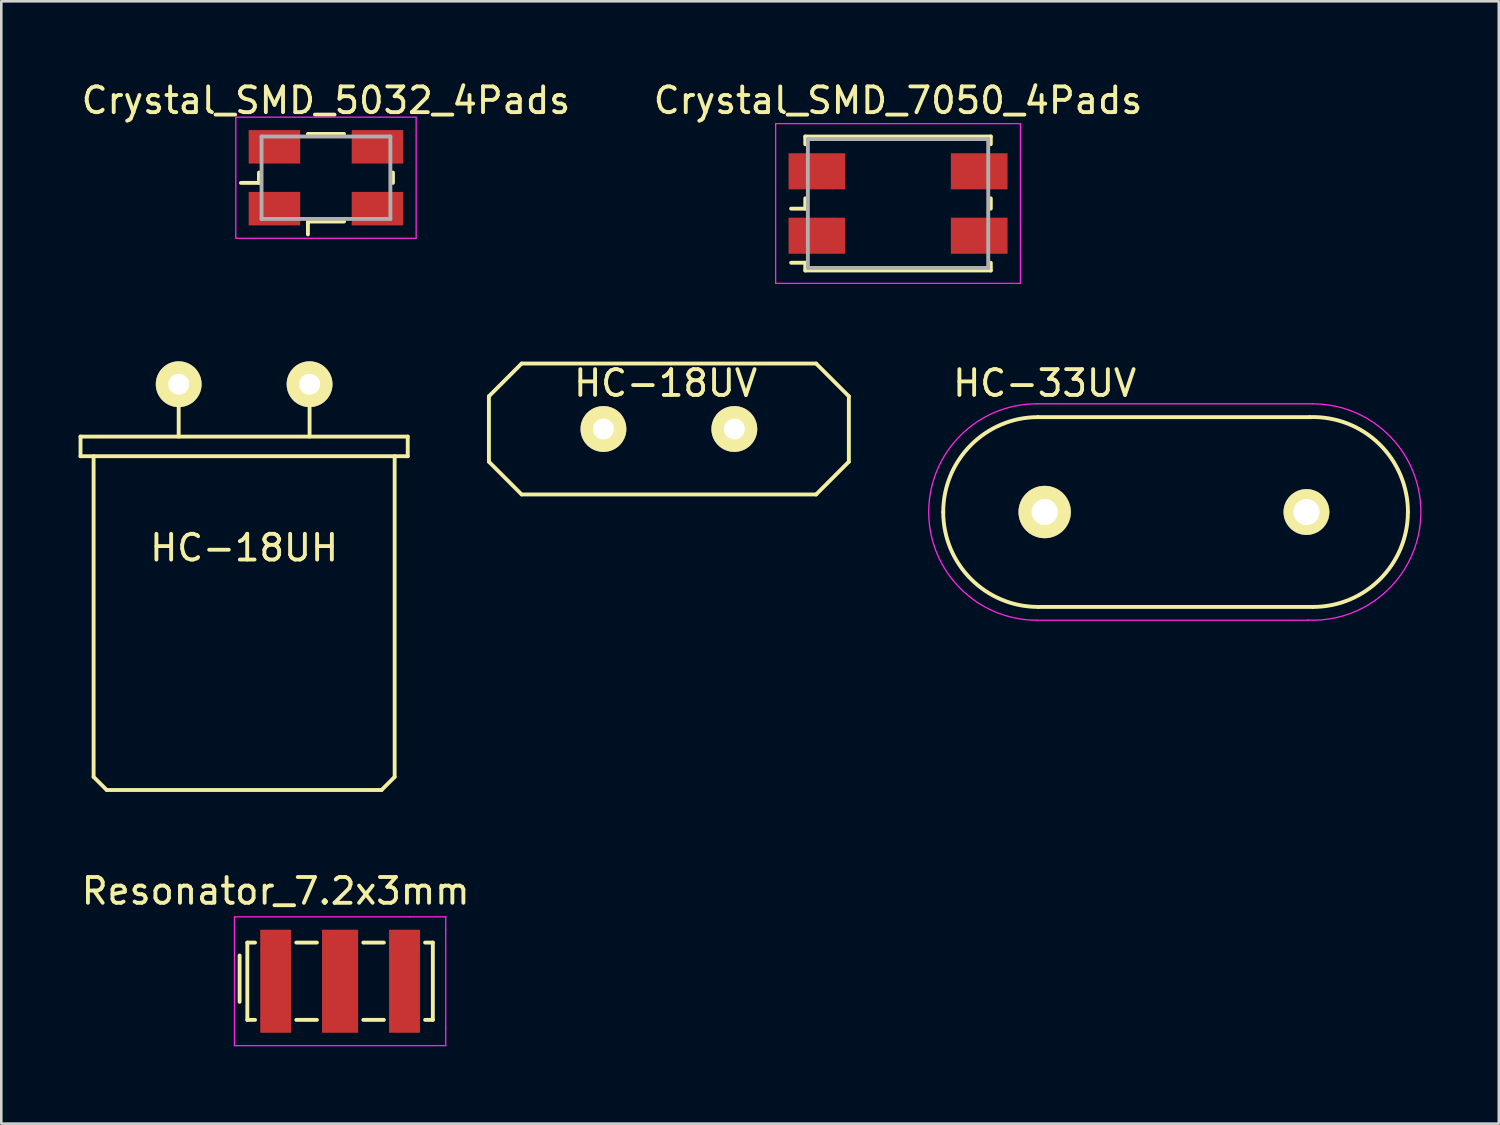
<source format=kicad_pcb>
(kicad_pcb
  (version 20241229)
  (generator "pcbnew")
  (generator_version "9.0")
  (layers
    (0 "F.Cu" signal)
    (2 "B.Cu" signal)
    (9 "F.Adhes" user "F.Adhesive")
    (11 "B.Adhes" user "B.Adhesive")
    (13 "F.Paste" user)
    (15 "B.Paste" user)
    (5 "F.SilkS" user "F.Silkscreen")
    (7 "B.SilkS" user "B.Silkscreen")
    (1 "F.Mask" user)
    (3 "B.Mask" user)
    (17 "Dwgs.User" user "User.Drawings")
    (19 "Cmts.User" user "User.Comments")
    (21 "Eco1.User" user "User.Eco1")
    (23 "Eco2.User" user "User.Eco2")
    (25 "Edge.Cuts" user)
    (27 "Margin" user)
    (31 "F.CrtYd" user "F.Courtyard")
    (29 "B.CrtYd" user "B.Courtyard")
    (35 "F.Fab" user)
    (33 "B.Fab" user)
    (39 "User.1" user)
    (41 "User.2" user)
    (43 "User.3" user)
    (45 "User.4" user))
  (footprint "HC-18UV"
    (layer "F.Cu")
    (at 22.91 13.6)
    (property "Reference" "HC-18UV" (at -0.127 -1.778 0) (layer "F.SilkS") (effects (font (size 1 1) (thickness 0.15))))
    (attr through_hole)
    (fp_line (start -6.985 -1.27) (end -6.985 1.27) (stroke (width 0.15) (type solid)) (layer "F.SilkS"))
    (fp_line (start -6.985 -1.27) (end -5.715 -2.54) (stroke (width 0.15) (type solid)) (layer "F.SilkS"))
    (fp_line (start -6.985 1.27) (end -5.715 2.54) (stroke (width 0.15) (type solid)) (layer "F.SilkS"))
    (fp_line (start -5.715 -2.54) (end 5.715 -2.54) (stroke (width 0.15) (type solid)) (layer "F.SilkS"))
    (fp_line (start -5.715 2.54) (end 5.715 2.54) (stroke (width 0.15) (type solid)) (layer "F.SilkS"))
    (fp_line (start 5.715 -2.54) (end 6.985 -1.27) (stroke (width 0.15) (type solid)) (layer "F.SilkS"))
    (fp_line (start 6.985 1.27) (end 5.715 2.54) (stroke (width 0.15) (type solid)) (layer "F.SilkS"))
    (fp_line (start 6.985 1.27) (end 6.985 -1.27) (stroke (width 0.15) (type solid)) (layer "F.SilkS"))
    (pad "1" thru_hole circle (at -2.54 0) (size 1.778 1.778) (drill 0.813) (layers "*.Cu" "*.Mask" "F.SilkS"))
    (pad "2" thru_hole circle (at 2.54 0) (size 1.778 1.778) (drill 0.813) (layers "*.Cu" "*.Mask" "F.SilkS")))
  (footprint "Crystal_SMD_7050_4Pads"
    (layer "F.Cu")
    (at 31.804 4.848)
    (property "Reference" "Crystal_SMD_7050_4Pads" (at 0 -4 0) (layer "F.SilkS") (effects (font (size 1 1) (thickness 0.15))))
    (attr smd)
    (fp_line (start -3.6 -2.6) (end -3.6 -2.3) (stroke (width 0.15) (type solid)) (layer "F.SilkS"))
    (fp_line (start -3.6 -2.6) (end 3.6 -2.6) (stroke (width 0.15) (type solid)) (layer "F.SilkS"))
    (fp_line (start -3.6 0.2) (end -4.15 0.2) (stroke (width 0.15) (type solid)) (layer "F.SilkS"))
    (fp_line (start -3.6 0.2) (end -3.6 -0.2) (stroke (width 0.15) (type solid)) (layer "F.SilkS"))
    (fp_line (start -3.6 2.3) (end -4.15 2.3) (stroke (width 0.15) (type solid)) (layer "F.SilkS"))
    (fp_line (start -3.6 2.6) (end -3.6 2.3) (stroke (width 0.15) (type solid)) (layer "F.SilkS"))
    (fp_line (start -3.6 2.6) (end 3.6 2.6) (stroke (width 0.15) (type solid)) (layer "F.SilkS"))
    (fp_line (start 3.6 -2.6) (end 3.6 -2.3) (stroke (width 0.15) (type solid)) (layer "F.SilkS"))
    (fp_line (start 3.6 0.2) (end 3.6 -0.2) (stroke (width 0.15) (type solid)) (layer "F.SilkS"))
    (fp_line (start 3.6 2.6) (end 3.6 2.3) (stroke (width 0.15) (type solid)) (layer "F.SilkS"))
    (fp_line (start -4.75 -3.1) (end -4.75 3.1) (stroke (width 0.05) (type solid)) (layer "F.CrtYd"))
    (fp_line (start 4.75 -3.1) (end -4.75 -3.1) (stroke (width 0.05) (type solid)) (layer "F.CrtYd"))
    (fp_line (start 4.75 -3.1) (end 4.75 3.1) (stroke (width 0.05) (type solid)) (layer "F.CrtYd"))
    (fp_line (start 4.75 3.1) (end -4.75 3.1) (stroke (width 0.05) (type solid)) (layer "F.CrtYd"))
    (fp_line (start -3.5 -2.5) (end 3.5 -2.5) (stroke (width 0.15) (type solid)) (layer "F.Fab"))
    (fp_line (start -3.5 2.5) (end -3.5 -2.5) (stroke (width 0.15) (type solid)) (layer "F.Fab"))
    (fp_line (start 3.5 -2.5) (end 3.5 2.5) (stroke (width 0.15) (type solid)) (layer "F.Fab"))
    (fp_line (start 3.5 2.5) (end -3.5 2.5) (stroke (width 0.15) (type solid)) (layer "F.Fab"))
    (pad "1" smd rect (at -3.15 1.25) (size 2.2 1.4) (layers "F.Cu" "F.Mask" "F.Paste"))
    (pad "2" smd rect (at 3.15 -1.25) (size 2.2 1.4) (layers "F.Cu" "F.Mask" "F.Paste"))
    (pad "3" smd rect (at -3.15 -1.25) (size 2.2 1.4) (layers "F.Cu" "F.Mask" "F.Paste"))
    (pad "3" smd rect (at 3.15 1.25) (size 2.2 1.4) (layers "F.Cu" "F.Mask" "F.Paste")))
  (footprint "Crystal_SMD_5032_4Pads"
    (layer "F.Cu")
    (at 9.601 3.848)
    (property "Reference" "Crystal_SMD_5032_4Pads" (at 0 -3 0) (layer "F.SilkS") (effects (font (size 1 1) (thickness 0.15))))
    (attr smd)
    (fp_line (start -2.6 0.2) (end -3.3 0.2) (stroke (width 0.15) (type solid)) (layer "F.SilkS"))
    (fp_line (start -2.6 0.2) (end -2.6 -0.2) (stroke (width 0.15) (type solid)) (layer "F.SilkS"))
    (fp_line (start -0.701 -1.7) (end 0.701 -1.7) (stroke (width 0.15) (type solid)) (layer "F.SilkS"))
    (fp_line (start -0.7 1.7) (end -0.7 2.2) (stroke (width 0.15) (type solid)) (layer "F.SilkS"))
    (fp_line (start 0.702 1.7) (end -0.7 1.7) (stroke (width 0.15) (type solid)) (layer "F.SilkS"))
    (fp_line (start 2.6 0.2) (end 2.6 -0.2) (stroke (width 0.15) (type solid)) (layer "F.SilkS"))
    (fp_line (start -3.5 -2.35) (end -3.5 2.35) (stroke (width 0.05) (type solid)) (layer "F.CrtYd"))
    (fp_line (start -3.5 2.35) (end 3.5 2.35) (stroke (width 0.05) (type solid)) (layer "F.CrtYd"))
    (fp_line (start 3.5 -2.35) (end -3.5 -2.35) (stroke (width 0.05) (type solid)) (layer "F.CrtYd"))
    (fp_line (start 3.5 2.35) (end 3.5 -2.35) (stroke (width 0.05) (type solid)) (layer "F.CrtYd"))
    (fp_line (start -2.5 -1.6) (end -2.5 1.6) (stroke (width 0.15) (type solid)) (layer "F.Fab"))
    (fp_line (start -2.5 1.6) (end 2.5 1.6) (stroke (width 0.15) (type solid)) (layer "F.Fab"))
    (fp_line (start 2.5 -1.6) (end -2.5 -1.6) (stroke (width 0.15) (type solid)) (layer "F.Fab"))
    (fp_line (start 2.5 1.6) (end 2.5 -1.6) (stroke (width 0.15) (type solid)) (layer "F.Fab"))
    (pad "1" smd rect (at -2 1.2) (size 2 1.3) (layers "F.Cu" "F.Mask" "F.Paste"))
    (pad "2" smd rect (at 2 -1.2) (size 2 1.3) (layers "F.Cu" "F.Mask" "F.Paste"))
    (pad "3" smd rect (at -2 -1.2) (size 2 1.3) (layers "F.Cu" "F.Mask" "F.Paste"))
    (pad "3" smd rect (at 2 1.2) (size 2 1.3) (layers "F.Cu" "F.Mask" "F.Paste")))
  (footprint "Resonator_7.2x3mm"
    (layer "F.Cu")
    (at 10.149 35.033)
    (property "Reference" "Resonator_7.2x3mm" (at -2.5 -3.5 0) (layer "F.SilkS") (effects (font (size 1 1) (thickness 0.15))))
    (attr smd)
    (fp_line (start -3.9 -1) (end -3.9 0.8) (stroke (width 0.15) (type solid)) (layer "F.SilkS"))
    (fp_line (start -3.6 -1.5) (end -3.6 1.5) (stroke (width 0.15) (type solid)) (layer "F.SilkS"))
    (fp_line (start -3.6 1.5) (end -3.3 1.5) (stroke (width 0.15) (type solid)) (layer "F.SilkS"))
    (fp_line (start -3.3 -1.5) (end -3.6 -1.5) (stroke (width 0.15) (type solid)) (layer "F.SilkS"))
    (fp_line (start -1.7 1.5) (end -0.9 1.5) (stroke (width 0.15) (type solid)) (layer "F.SilkS"))
    (fp_line (start -0.9 -1.5) (end -1.7 -1.5) (stroke (width 0.15) (type solid)) (layer "F.SilkS"))
    (fp_line (start 0.9 1.5) (end 1.7 1.5) (stroke (width 0.15) (type solid)) (layer "F.SilkS"))
    (fp_line (start 1.7 -1.5) (end 0.9 -1.5) (stroke (width 0.15) (type solid)) (layer "F.SilkS"))
    (fp_line (start 3.3 1.5) (end 3.6 1.5) (stroke (width 0.15) (type solid)) (layer "F.SilkS"))
    (fp_line (start 3.6 -1.5) (end 3.3 -1.5) (stroke (width 0.15) (type solid)) (layer "F.SilkS"))
    (fp_line (start 3.6 -1.5) (end 3.6 1.5) (stroke (width 0.15) (type solid)) (layer "F.SilkS"))
    (fp_line (start -4.1 -2.5) (end -4.1 2.5) (stroke (width 0.05) (type solid)) (layer "F.CrtYd"))
    (fp_line (start -4.1 -2.5) (end 2.7 -2.5) (stroke (width 0.05) (type solid)) (layer "F.CrtYd"))
    (fp_line (start -4 2.5) (end -4.1 2.5) (stroke (width 0.05) (type solid)) (layer "F.CrtYd"))
    (fp_line (start -4 2.5) (end 4 2.5) (stroke (width 0.05) (type solid)) (layer "F.CrtYd"))
    (fp_line (start 2.7 -2.5) (end 4.1 -2.5) (stroke (width 0.05) (type solid)) (layer "F.CrtYd"))
    (fp_line (start 4.1 -2.5) (end 4.1 -2) (stroke (width 0.05) (type solid)) (layer "F.CrtYd"))
    (fp_line (start 4.1 -2) (end 4.1 1.8) (stroke (width 0.05) (type solid)) (layer "F.CrtYd"))
    (fp_line (start 4.1 1.8) (end 4.1 2.5) (stroke (width 0.05) (type solid)) (layer "F.CrtYd"))
    (fp_line (start 4.1 2.5) (end 4 2.5) (stroke (width 0.05) (type solid)) (layer "F.CrtYd"))
    (pad "1" smd rect (at -2.5 0) (size 1.2 4) (layers "F.Cu" "F.Mask" "F.Paste"))
    (pad "2" smd rect (at 0 0) (size 1.4 4) (layers "F.Cu" "F.Mask" "F.Paste"))
    (pad "3" smd rect (at 2.5 0) (size 1.2 4) (layers "F.Cu" "F.Mask" "F.Paste")))
  (footprint "HC-33UV"
    (layer "F.Cu")
    (at 37.495 16.822)
    (property "Reference" "HC-33UV" (at 0 -5 0) (layer "F.SilkS") (effects (font (size 1 1) (thickness 0.15))))
    (attr through_hole)
    (fp_line (start -0.254 -3.683) (end 10.287 -3.683) (stroke (width 0.15) (type solid)) (layer "F.SilkS"))
    (fp_line (start 10.414 3.683) (end -0.254 3.683) (stroke (width 0.15) (type solid)) (layer "F.SilkS"))
    (fp_arc (start -3.937 0) (mid -2.858274 -2.604274) (end -0.254 -3.683) (stroke (width 0.15) (type solid)) (layer "F.SilkS"))
    (fp_arc (start -0.254 3.683) (mid -2.858274 2.604274) (end -3.937 0) (stroke (width 0.15) (type solid)) (layer "F.SilkS"))
    (fp_arc (start 10.287 -3.683) (mid 12.974527 -2.650343) (end 14.099189 0) (stroke (width 0.15) (type solid)) (layer "F.SilkS"))
    (fp_arc (start 14.097 0) (mid 13.018274 2.604274) (end 10.414 3.683) (stroke (width 0.15) (type solid)) (layer "F.SilkS"))
    (fp_line (start -0.3 4.2) (end 10.2 4.2) (stroke (width 0.05) (type solid)) (layer "F.CrtYd"))
    (fp_line (start 10.4 -4.2) (end -0.3 -4.2) (stroke (width 0.05) (type solid)) (layer "F.CrtYd"))
    (fp_arc (start -0.3 4.2) (mid -4.5 0) (end -0.3 -4.2) (stroke (width 0.05) (type solid)) (layer "F.CrtYd"))
    (fp_arc (start 10.4 -4.2) (mid 14.598811 0.099915) (end 10.200226 4.195246) (stroke (width 0.05) (type solid)) (layer "F.CrtYd"))
    (pad "1" thru_hole circle (at 0 0) (size 2.032 2.032) (drill 1.016) (layers "*.Cu" "*.Mask" "F.SilkS"))
    (pad "2" thru_hole circle (at 10.16 0) (size 1.778 1.778) (drill 1.016) (layers "*.Cu" "*.Mask" "F.SilkS")))
  (footprint "HC-18UH"
    (layer "F.Cu")
    (at 6.425 11.862)
    (property "Reference" "HC-18UH" (at 0 6.35 0) (layer "F.SilkS") (effects (font (size 1 1) (thickness 0.15))))
    (attr through_hole)
    (fp_line (start -6.35 2.794) (end -6.35 2.032) (stroke (width 0.15) (type solid)) (layer "F.SilkS"))
    (fp_line (start -5.842 2.794) (end -5.842 15.24) (stroke (width 0.15) (type solid)) (layer "F.SilkS"))
    (fp_line (start -5.334 15.748) (end -5.842 15.24) (stroke (width 0.15) (type solid)) (layer "F.SilkS"))
    (fp_line (start -2.54 0) (end -2.54 2.032) (stroke (width 0.15) (type solid)) (layer "F.SilkS"))
    (fp_line (start 2.54 0) (end 2.54 2.032) (stroke (width 0.15) (type solid)) (layer "F.SilkS"))
    (fp_line (start 5.334 15.748) (end -5.334 15.748) (stroke (width 0.15) (type solid)) (layer "F.SilkS"))
    (fp_line (start 5.842 2.794) (end 5.842 15.24) (stroke (width 0.15) (type solid)) (layer "F.SilkS"))
    (fp_line (start 5.842 15.24) (end 5.334 15.748) (stroke (width 0.15) (type solid)) (layer "F.SilkS"))
    (fp_line (start 6.35 2.032) (end -6.35 2.032) (stroke (width 0.15) (type solid)) (layer "F.SilkS"))
    (fp_line (start 6.35 2.794) (end -6.35 2.794) (stroke (width 0.15) (type solid)) (layer "F.SilkS"))
    (fp_line (start 6.35 2.794) (end 6.35 2.032) (stroke (width 0.15) (type solid)) (layer "F.SilkS"))
    (pad "1" thru_hole circle (at -2.54 0) (size 1.778 1.778) (drill 0.813) (layers "*.Cu" "*.Mask" "F.SilkS"))
    (pad "2" thru_hole circle (at 2.54 0) (size 1.778 1.778) (drill 0.813) (layers "*.Cu" "*.Mask" "F.SilkS")))
  (gr_rect
    (start -3 -3)
    (end 55.12 40.559)
    (stroke (width 0.1) (type default))
    (fill no)
    (layer "Edge.Cuts")))
</source>
